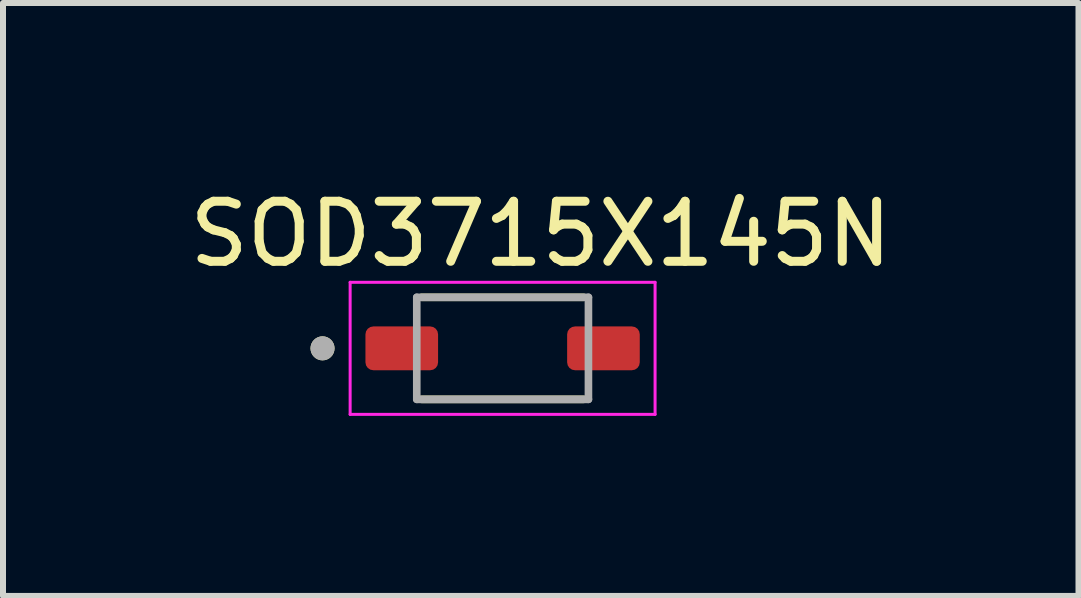
<source format=kicad_pcb>
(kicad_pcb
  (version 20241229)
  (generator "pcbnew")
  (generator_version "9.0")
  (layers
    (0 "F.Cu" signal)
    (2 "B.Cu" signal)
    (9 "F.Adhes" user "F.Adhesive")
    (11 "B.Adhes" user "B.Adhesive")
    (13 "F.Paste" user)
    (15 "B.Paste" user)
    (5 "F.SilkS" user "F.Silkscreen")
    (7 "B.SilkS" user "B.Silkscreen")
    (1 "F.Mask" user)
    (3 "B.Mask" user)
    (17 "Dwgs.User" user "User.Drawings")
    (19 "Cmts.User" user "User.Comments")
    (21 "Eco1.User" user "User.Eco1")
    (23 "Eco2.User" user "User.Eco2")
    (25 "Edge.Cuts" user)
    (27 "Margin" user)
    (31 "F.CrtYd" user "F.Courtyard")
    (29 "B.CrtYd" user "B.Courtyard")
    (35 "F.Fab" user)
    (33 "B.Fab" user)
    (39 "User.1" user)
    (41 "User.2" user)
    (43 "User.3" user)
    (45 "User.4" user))
  (footprint "SOD3715X145N"
    (layer "F.Cu")
    (at 5.323 2.753)
    (property "Reference" "SOD3715X145N" (at 0.635 -1.905 0) (layer "F.SilkS") (effects (font (size 1 1) (thickness 0.15))))
    (attr smd)
    (fp_line (start -1.35 0.85) (end 1.35 0.85) (stroke (width 0.127) (type solid)) (layer "F.SilkS"))
    (fp_line (start 1.35 -0.85) (end -1.35 -0.85) (stroke (width 0.127) (type solid)) (layer "F.SilkS"))
    (fp_circle (center -3 0) (end -2.9 0) (stroke (width 0.2) (type solid)) (fill no) (layer "F.SilkS"))
    (fp_line (start -2.54 -1.1) (end -2.54 1.1) (stroke (width 0.05) (type solid)) (layer "F.CrtYd"))
    (fp_line (start -2.54 1.1) (end 2.54 1.1) (stroke (width 0.05) (type solid)) (layer "F.CrtYd"))
    (fp_line (start 2.54 -1.1) (end -2.54 -1.1) (stroke (width 0.05) (type solid)) (layer "F.CrtYd"))
    (fp_line (start 2.54 1.1) (end 2.54 -1.1) (stroke (width 0.05) (type solid)) (layer "F.CrtYd"))
    (fp_line (start -1.43 -0.85) (end -1.43 0.85) (stroke (width 0.127) (type solid)) (layer "F.Fab"))
    (fp_line (start -1.43 0.85) (end 1.43 0.85) (stroke (width 0.127) (type solid)) (layer "F.Fab"))
    (fp_line (start 1.43 -0.85) (end -1.43 -0.85) (stroke (width 0.127) (type solid)) (layer "F.Fab"))
    (fp_line (start 1.43 0.85) (end 1.43 -0.85) (stroke (width 0.127) (type solid)) (layer "F.Fab"))
    (fp_circle (center -3 0) (end -2.9 0) (stroke (width 0.2) (type solid)) (fill no) (layer "F.Fab"))
    (pad "A" smd roundrect (at 1.68 0) (size 1.21 0.73) (layers "F.Cu" "F.Mask" "F.Paste") (roundrect_rratio 0.18))
    (pad "C" smd roundrect (at -1.68 0) (size 1.21 0.73) (layers "F.Cu" "F.Mask" "F.Paste") (roundrect_rratio 0.18)))
  (gr_rect
    (start -3 -3)
    (end 14.917 6.878)
    (stroke (width 0.1) (type default))
    (fill no)
    (layer "Edge.Cuts")))
</source>
